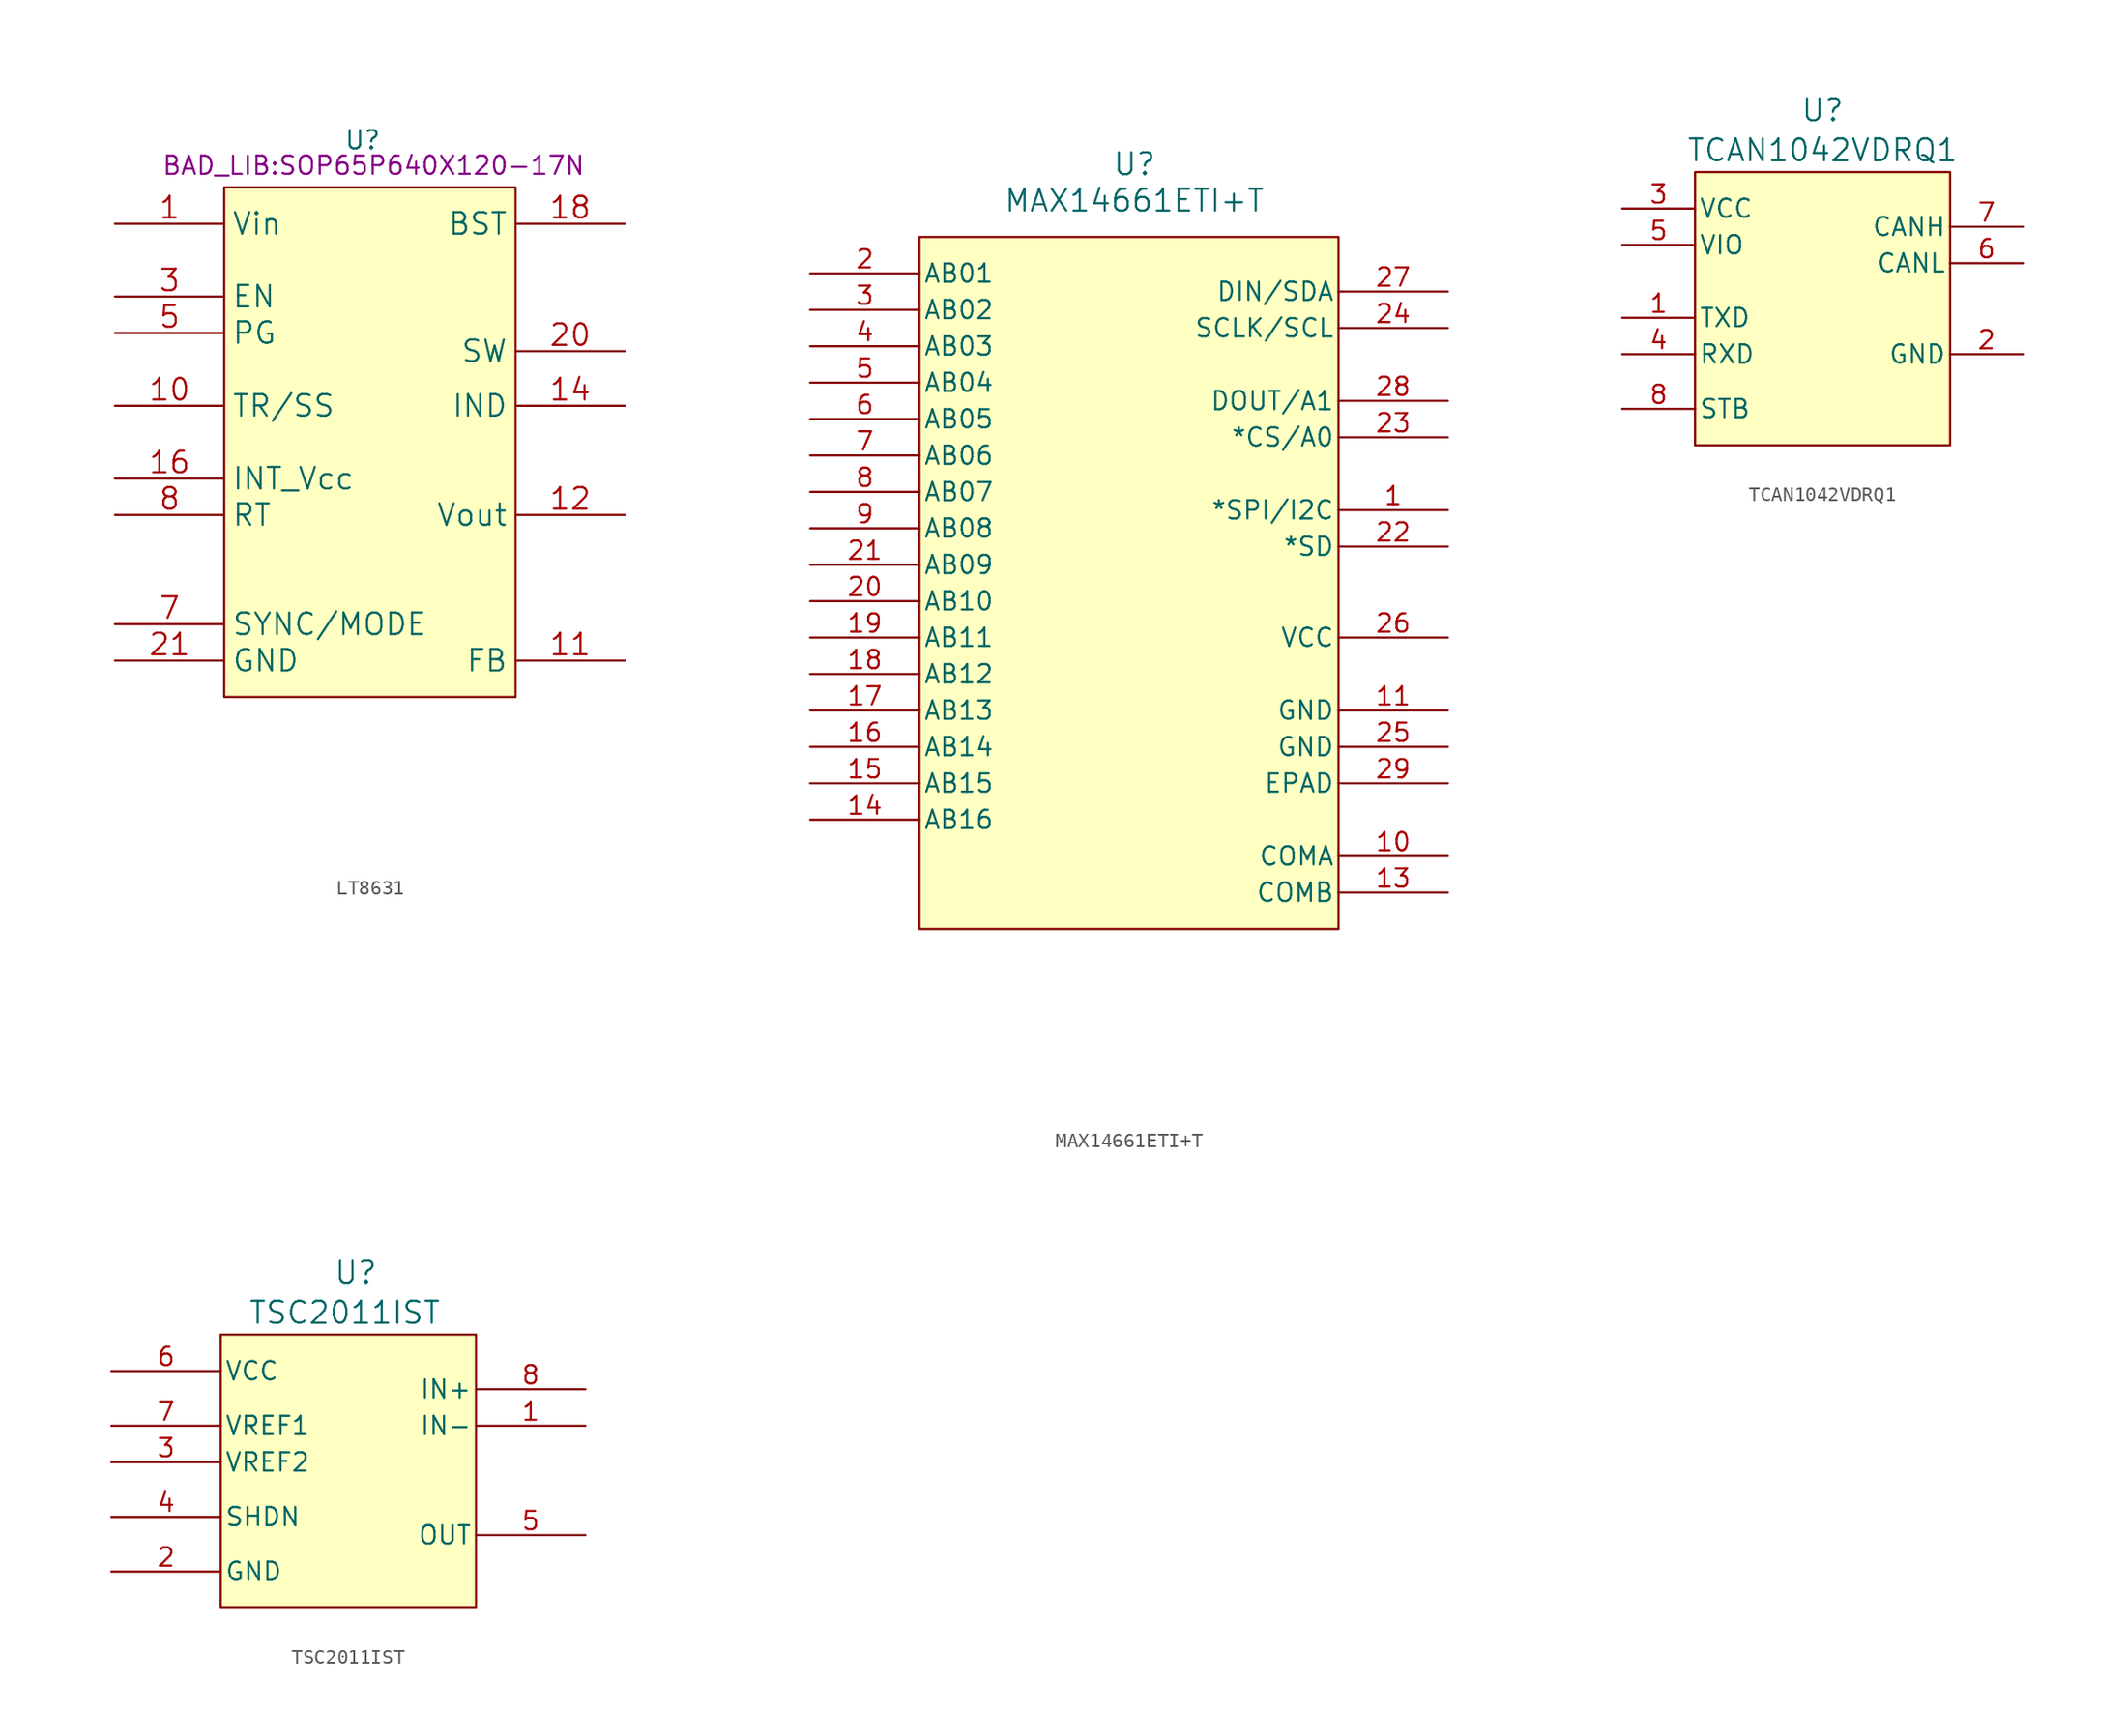
<source format=kicad_sym>
(kicad_symbol_lib
  (version 20241209)
  (generator "kicad_symbol_editor")
  (generator_version "9.0")
  (symbol "LT8631"
    (property "Reference" "U"
      (at -0.508 19.812 0)
      (effects (font (size 1.27 1.27))))
    (property "Value" ""
      (at 0 0 0)
      (effects (font (size 1.27 1.27))))
    (property "Footprint" "BAD_LIB:SOP65P640X120-17N"
      (at 0.254 18.034 0)
      (effects (font (size 1.27 1.27))))
    (symbol "LT8631_0_1"
      (rectangle (start -10.16 16.51) (end 10.16 -19.05) (stroke (width 0) (type default)) (fill (type background))))
    (symbol "LT8631_1_1"
      (pin unspecified line (at -17.78 13.97 0) (length 7.62) (name "Vin" (effects (font (size 1.499 1.499)))) (number "1" (effects (font (size 1.499 1.499)))))
      (pin unspecified line (at -17.78 8.89 0) (length 7.62) (name "EN" (effects (font (size 1.499 1.499)))) (number "3" (effects (font (size 1.499 1.499)))))
      (pin unspecified line (at -17.78 6.35 0) (length 7.62) (name "PG" (effects (font (size 1.499 1.499)))) (number "5" (effects (font (size 1.499 1.499)))))
      (pin unspecified line (at -17.78 1.27 0) (length 7.62) (name "TR/SS" (effects (font (size 1.499 1.499)))) (number "10" (effects (font (size 1.499 1.499)))))
      (pin unspecified line (at -17.78 -3.81 0) (length 7.62) (name "INT_Vcc" (effects (font (size 1.499 1.499)))) (number "16" (effects (font (size 1.499 1.499)))))
      (pin unspecified line (at -17.78 -6.35 0) (length 7.62) (name "RT" (effects (font (size 1.499 1.499)))) (number "8" (effects (font (size 1.499 1.499)))))
      (pin unspecified line (at -17.78 -13.97 0) (length 7.62) (name "SYNC/MODE" (effects (font (size 1.499 1.499)))) (number "7" (effects (font (size 1.499 1.499)))))
      (pin unspecified line (at -17.78 -16.51 0) (length 7.62) (name "GND" (effects (font (size 1.499 1.499)))) (number "21" (effects (font (size 1.499 1.499)))))
      (pin no_connect line (at -5.08 -26.67 90) (length 7.62) (hide yes) (name "NC" (effects (font (size 1.499 1.499)))) (number "15" (effects (font (size 1.499 1.499)))))
      (pin no_connect line (at -2.54 -26.67 90) (length 7.62) (hide yes) (name "NC" (effects (font (size 1.499 1.499)))) (number "13" (effects (font (size 1.499 1.499)))))
      (pin no_connect line (at 2.54 -26.67 90) (length 7.62) (hide yes) (name "NC" (effects (font (size 1.499 1.499)))) (number "9" (effects (font (size 1.499 1.499)))))
      (pin no_connect line (at 5.08 -26.67 90) (length 7.62) (hide yes) (name "NC" (effects (font (size 1.499 1.499)))) (number "6" (effects (font (size 1.499 1.499)))))
      (pin unspecified line (at 17.78 13.97 180) (length 7.62) (name "BST" (effects (font (size 1.499 1.499)))) (number "18" (effects (font (size 1.499 1.499)))))
      (pin unspecified line (at 17.78 5.08 180) (length 7.62) (name "SW" (effects (font (size 1.499 1.499)))) (number "20" (effects (font (size 1.499 1.499)))))
      (pin unspecified line (at 17.78 1.27 180) (length 7.62) (name "IND" (effects (font (size 1.499 1.499)))) (number "14" (effects (font (size 1.499 1.499)))))
      (pin unspecified line (at 17.78 -6.35 180) (length 7.62) (name "Vout" (effects (font (size 1.499 1.499)))) (number "12" (effects (font (size 1.499 1.499)))))
      (pin unspecified line (at 17.78 -16.51 180) (length 7.62) (name "FB" (effects (font (size 1.499 1.499)))) (number "11" (effects (font (size 1.499 1.499)))))))
  (symbol "MAX14661ETI+T"
    (pin_names
      (offset 0.254))
    (property "Reference" "U"
      (at -0.254 29.21 0)
      (effects (font (size 1.524 1.524))))
    (property "Value" "MAX14661ETI+T"
      (at -0.254 26.67 0)
      (effects (font (size 1.524 1.524))))
    (symbol "MAX14661ETI+T_0_1"
      (pin bidirectional line (at -22.86 21.59 0) (length 7.62) (name "AB01" (effects (font (size 1.27 1.27)))) (number "2" (effects (font (size 1.27 1.27)))))
      (pin bidirectional line (at -22.86 19.05 0) (length 7.62) (name "AB02" (effects (font (size 1.27 1.27)))) (number "3" (effects (font (size 1.27 1.27)))))
      (pin bidirectional line (at -22.86 16.51 0) (length 7.62) (name "AB03" (effects (font (size 1.27 1.27)))) (number "4" (effects (font (size 1.27 1.27)))))
      (pin bidirectional line (at -22.86 13.97 0) (length 7.62) (name "AB04" (effects (font (size 1.27 1.27)))) (number "5" (effects (font (size 1.27 1.27)))))
      (pin bidirectional line (at -22.86 11.43 0) (length 7.62) (name "AB05" (effects (font (size 1.27 1.27)))) (number "6" (effects (font (size 1.27 1.27)))))
      (pin bidirectional line (at -22.86 8.89 0) (length 7.62) (name "AB06" (effects (font (size 1.27 1.27)))) (number "7" (effects (font (size 1.27 1.27)))))
      (pin bidirectional line (at -22.86 6.35 0) (length 7.62) (name "AB07" (effects (font (size 1.27 1.27)))) (number "8" (effects (font (size 1.27 1.27)))))
      (pin bidirectional line (at -22.86 3.81 0) (length 7.62) (name "AB08" (effects (font (size 1.27 1.27)))) (number "9" (effects (font (size 1.27 1.27)))))
      (pin bidirectional line (at -22.86 1.27 0) (length 7.62) (name "AB09" (effects (font (size 1.27 1.27)))) (number "21" (effects (font (size 1.27 1.27)))))
      (pin bidirectional line (at -22.86 -1.27 0) (length 7.62) (name "AB10" (effects (font (size 1.27 1.27)))) (number "20" (effects (font (size 1.27 1.27)))))
      (pin bidirectional line (at -22.86 -3.81 0) (length 7.62) (name "AB11" (effects (font (size 1.27 1.27)))) (number "19" (effects (font (size 1.27 1.27)))))
      (pin bidirectional line (at -22.86 -6.35 0) (length 7.62) (name "AB12" (effects (font (size 1.27 1.27)))) (number "18" (effects (font (size 1.27 1.27)))))
      (pin bidirectional line (at -22.86 -8.89 0) (length 7.62) (name "AB13" (effects (font (size 1.27 1.27)))) (number "17" (effects (font (size 1.27 1.27)))))
      (pin bidirectional line (at -22.86 -11.43 0) (length 7.62) (name "AB14" (effects (font (size 1.27 1.27)))) (number "16" (effects (font (size 1.27 1.27)))))
      (pin bidirectional line (at -22.86 -13.97 0) (length 7.62) (name "AB15" (effects (font (size 1.27 1.27)))) (number "15" (effects (font (size 1.27 1.27)))))
      (pin bidirectional line (at -22.86 -16.51 0) (length 7.62) (name "AB16" (effects (font (size 1.27 1.27)))) (number "14" (effects (font (size 1.27 1.27)))))
      (pin unspecified line (at 21.59 20.32 180) (length 7.62) (name "DIN/SDA" (effects (font (size 1.27 1.27)))) (number "27" (effects (font (size 1.27 1.27)))))
      (pin unspecified line (at 21.59 17.78 180) (length 7.62) (name "SCLK/SCL" (effects (font (size 1.27 1.27)))) (number "24" (effects (font (size 1.27 1.27)))))
      (pin output line (at 21.59 12.7 180) (length 7.62) (name "DOUT/A1" (effects (font (size 1.27 1.27)))) (number "28" (effects (font (size 1.27 1.27)))))
      (pin unspecified line (at 21.59 10.16 180) (length 7.62) (name "*CS/A0" (effects (font (size 1.27 1.27)))) (number "23" (effects (font (size 1.27 1.27)))))
      (pin unspecified line (at 21.59 5.08 180) (length 7.62) (name "*SPI/I2C" (effects (font (size 1.27 1.27)))) (number "1" (effects (font (size 1.27 1.27)))))
      (pin unspecified line (at 21.59 2.54 180) (length 7.62) (name "*SD" (effects (font (size 1.27 1.27)))) (number "22" (effects (font (size 1.27 1.27)))))
      (pin power_in line (at 21.59 -3.81 180) (length 7.62) (name "VCC" (effects (font (size 1.27 1.27)))) (number "26" (effects (font (size 1.27 1.27)))))
      (pin power_out line (at 21.59 -8.89 180) (length 7.62) (name "GND" (effects (font (size 1.27 1.27)))) (number "11" (effects (font (size 1.27 1.27)))))
      (pin power_out line (at 21.59 -11.43 180) (length 7.62) (name "GND" (effects (font (size 1.27 1.27)))) (number "25" (effects (font (size 1.27 1.27)))))
      (pin unspecified line (at 21.59 -19.05 180) (length 7.62) (name "COMA" (effects (font (size 1.27 1.27)))) (number "10" (effects (font (size 1.27 1.27)))))
      (pin unspecified line (at 21.59 -21.59 180) (length 7.62) (name "COMB" (effects (font (size 1.27 1.27)))) (number "13" (effects (font (size 1.27 1.27))))))
    (symbol "MAX14661ETI+T_1_1"
      (rectangle (start -15.24 24.13) (end 13.97 -24.13) (stroke (width 0) (type solid)) (fill (type background)))
      (pin no_connect line (at 0 -31.75 90) (length 7.62) (hide yes) (name "N.C." (effects (font (size 1.27 1.27)))) (number "12" (effects (font (size 1.27 1.27)))))
      (pin unspecified line (at 21.59 -13.97 180) (length 7.62) (name "EPAD" (effects (font (size 1.27 1.27)))) (number "29" (effects (font (size 1.27 1.27)))))))
  (symbol "TCAN1042VDRQ1"
    (pin_names
      (offset 0.254))
    (property "Reference" "U"
      (at 0 18.288 0)
      (effects (font (size 1.524 1.524))))
    (property "Value" "TCAN1042VDRQ1"
      (at 0 15.494 0)
      (effects (font (size 1.524 1.524))))
    (symbol "TCAN1042VDRQ1_0_1"
      (pin power_in line (at -13.97 11.43 0) (length 5.08) (name "VCC" (effects (font (size 1.27 1.27)))) (number "3" (effects (font (size 1.27 1.27)))))
      (pin power_in line (at -13.97 8.89 0) (length 5.08) (name "VIO" (effects (font (size 1.27 1.27)))) (number "5" (effects (font (size 1.27 1.27)))))
      (pin input line (at -13.97 3.81 0) (length 5.08) (name "TXD" (effects (font (size 1.27 1.27)))) (number "1" (effects (font (size 1.27 1.27)))))
      (pin output line (at -13.97 1.27 0) (length 5.08) (name "RXD" (effects (font (size 1.27 1.27)))) (number "4" (effects (font (size 1.27 1.27)))))
      (pin input line (at -13.97 -2.54 0) (length 5.08) (name "STB" (effects (font (size 1.27 1.27)))) (number "8" (effects (font (size 1.27 1.27)))))
      (pin bidirectional line (at 13.97 10.16 180) (length 5.08) (name "CANH" (effects (font (size 1.27 1.27)))) (number "7" (effects (font (size 1.27 1.27)))))
      (pin bidirectional line (at 13.97 7.62 180) (length 5.08) (name "CANL" (effects (font (size 1.27 1.27)))) (number "6" (effects (font (size 1.27 1.27)))))
      (pin power_in line (at 13.97 1.27 180) (length 5.08) (name "GND" (effects (font (size 1.27 1.27)))) (number "2" (effects (font (size 1.27 1.27))))))
    (symbol "TCAN1042VDRQ1_1_1"
      (rectangle (start -8.89 13.97) (end 8.89 -5.08) (stroke (width 0) (type solid)) (fill (type background)))))
  (symbol "TSC2011IST"
    (pin_names
      (offset 0.254))
    (property "Reference" "U"
      (at 0.508 13.208 0)
      (effects (font (size 1.524 1.524))))
    (property "Value" "TSC2011IST"
      (at -0.254 10.414 0)
      (effects (font (size 1.524 1.524))))
    (symbol "TSC2011IST_0_1"
      (pin power_in line (at -16.51 6.35 0) (length 7.62) (name "VCC" (effects (font (size 1.27 1.27)))) (number "6" (effects (font (size 1.27 1.27)))))
      (pin power_in line (at -16.51 2.54 0) (length 7.62) (name "VREF1" (effects (font (size 1.27 1.27)))) (number "7" (effects (font (size 1.27 1.27)))))
      (pin power_in line (at -16.51 0 0) (length 7.62) (name "VREF2" (effects (font (size 1.27 1.27)))) (number "3" (effects (font (size 1.27 1.27)))))
      (pin unspecified line (at -16.51 -3.81 0) (length 7.62) (name "SHDN" (effects (font (size 1.27 1.27)))) (number "4" (effects (font (size 1.27 1.27)))))
      (pin power_out line (at -16.51 -7.62 0) (length 7.62) (name "GND" (effects (font (size 1.27 1.27)))) (number "2" (effects (font (size 1.27 1.27)))))
      (pin input line (at 16.51 5.08 180) (length 7.62) (name "IN+" (effects (font (size 1.27 1.27)))) (number "8" (effects (font (size 1.27 1.27)))))
      (pin input line (at 16.51 2.54 180) (length 7.62) (name "IN-" (effects (font (size 1.27 1.27)))) (number "1" (effects (font (size 1.27 1.27)))))
      (pin output line (at 16.51 -5.08 180) (length 7.62) (name "OUT" (effects (font (size 1.27 1.27)))) (number "5" (effects (font (size 1.27 1.27))))))
    (symbol "TSC2011IST_1_1"
      (rectangle (start -8.89 8.89) (end 8.89 -10.16) (stroke (width 0) (type solid)) (fill (type background))))))
</source>
